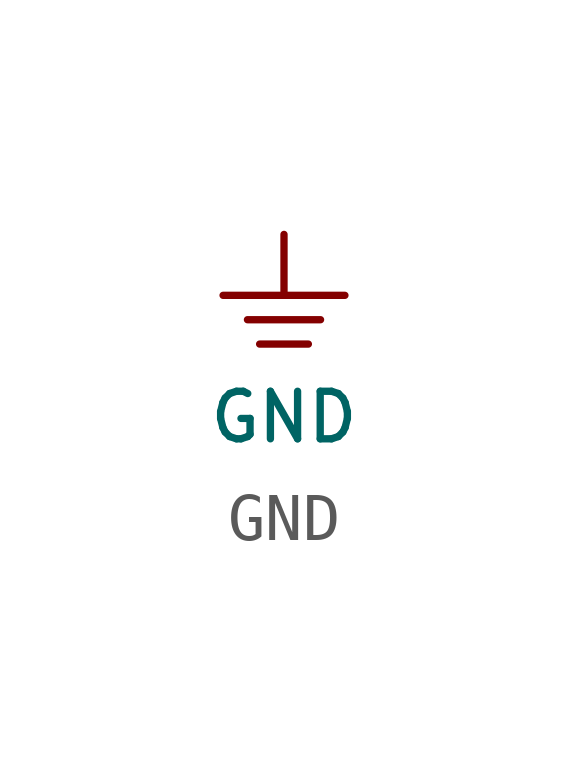
<source format=kicad_sym>
(kicad_symbol_lib
  (version 20220914)
  (generator kicad_symbol_editor)
  (symbol "GND"
    (power)
    (pin_numbers hide)
    (pin_names
      (offset 0) hide)
    (property "Reference" "#PWR"
      (at 0 2.54 0)
      (effects (font (size 1.524 1.524)) hide))
    (property "Value" "GND"
      (at 0 -2.54 0)
      (effects (font (size 0.991 0.991))))
    (property "Footprint" ""
      (at 0 0 0)
      (effects (font (size 1.524 1.524))))
    (property "Datasheet" ""
      (at 0 0 0)
      (effects (font (size 1.524 1.524))))
    (symbol "GND_0_1"
      (polyline (pts (xy -1.27 0) (xy 1.27 0)) (stroke (width 0) (type default)) (fill (type none)))
      (polyline (pts (xy -0.762 -0.508) (xy 0.762 -0.508)) (stroke (width 0) (type default)) (fill (type none)))
      (polyline (pts (xy -0.508 -1.016) (xy 0.508 -1.016)) (stroke (width 0) (type default)) (fill (type none))))
    (symbol "GND_1_1"
      (pin power_in line (at 0 1.27 270) (length 1.27) (name "GND" (effects (font (size 1.27 1.27)))) (number "1" (effects (font (size 1.27 1.27))))))))
</source>
